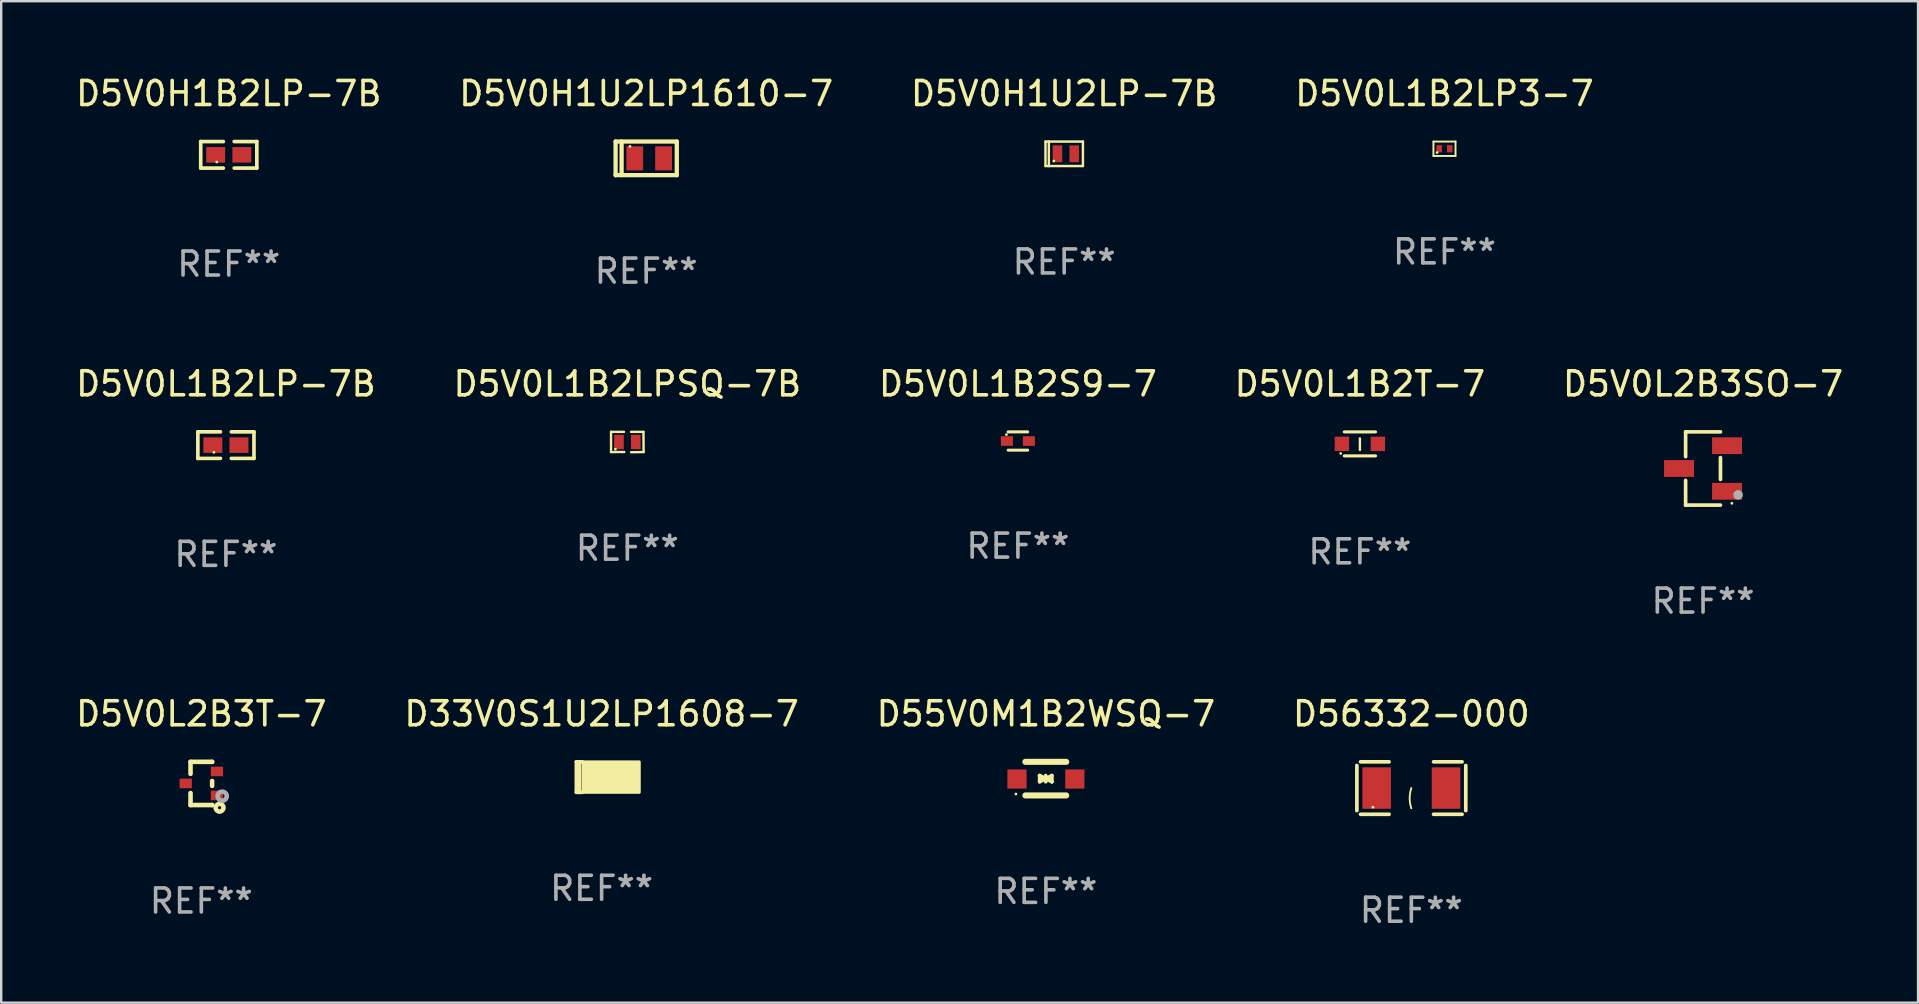
<source format=kicad_pcb>
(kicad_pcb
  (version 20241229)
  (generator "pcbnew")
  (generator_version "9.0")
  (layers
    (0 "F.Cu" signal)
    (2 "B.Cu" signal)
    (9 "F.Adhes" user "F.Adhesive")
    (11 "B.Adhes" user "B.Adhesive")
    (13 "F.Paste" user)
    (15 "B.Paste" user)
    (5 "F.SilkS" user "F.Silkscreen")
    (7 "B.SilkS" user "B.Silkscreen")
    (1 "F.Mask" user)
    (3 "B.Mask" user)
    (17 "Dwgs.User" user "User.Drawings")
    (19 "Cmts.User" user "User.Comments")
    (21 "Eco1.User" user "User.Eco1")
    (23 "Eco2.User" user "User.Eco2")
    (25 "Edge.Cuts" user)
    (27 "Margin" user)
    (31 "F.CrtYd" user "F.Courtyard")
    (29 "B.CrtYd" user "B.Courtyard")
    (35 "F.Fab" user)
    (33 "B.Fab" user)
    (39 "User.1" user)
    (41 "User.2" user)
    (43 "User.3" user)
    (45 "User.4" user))
  (footprint "D5V0L2B3SO-7"
    (layer "F.Cu")
    (at 67.911 16.471)
    (property "Reference" "D5V0L2B3SO-7" (at 0 -3.526 0) (layer "F.SilkS") (effects (font (size 1 1) (thickness 0.15))))
    (attr through_hole)
    (fp_line (start -0.726 -1.526) (end -0.726 -0.495) (stroke (width 0.152) (type solid)) (layer "F.SilkS"))
    (fp_line (start -0.726 1.526) (end -0.726 0.495) (stroke (width 0.152) (type solid)) (layer "F.SilkS"))
    (fp_line (start 0.726 -1.526) (end -0.726 -1.526) (stroke (width 0.152) (type solid)) (layer "F.SilkS"))
    (fp_line (start 0.726 -0.455) (end 0.726 0.455) (stroke (width 0.152) (type solid)) (layer "F.SilkS"))
    (fp_line (start 0.726 1.526) (end -0.726 1.526) (stroke (width 0.152) (type solid)) (layer "F.SilkS"))
    (fp_circle (center 1.2 1.45) (end 1.23 1.45) (stroke (width 0.06) (type solid)) (fill no) (layer "F.SilkS"))
    (fp_circle (center 1.46 1.1) (end 1.56 1.1) (stroke (width 0.2) (type solid)) (fill no) (layer "F.Fab"))
    (fp_text user "REF**" (at 0 5.526 0) (layer "F.Fab") (effects (font (size 1 1) (thickness 0.15))))
    (pad "1" smd rect (at 1 0.95) (size 1.25 0.7) (layers "F.Cu" "F.Mask" "F.Paste"))
    (pad "2" smd rect (at 1 -0.95) (size 1.25 0.7) (layers "F.Cu" "F.Mask" "F.Paste"))
    (pad "3" smd rect (at -1 0) (size 1.25 0.7) (layers "F.Cu" "F.Mask" "F.Paste")))
  (footprint "D5V0H1U2LP-7B"
    (layer "F.Cu")
    (at 41.292 3.358)
    (property "Reference" "D5V0H1U2LP-7B" (at 0 -2.51 0) (layer "F.SilkS") (effects (font (size 1 1) (thickness 0.15))))
    (attr through_hole)
    (fp_line (start -0.78 -0.51) (end -0.78 0.51) (stroke (width 0.102) (type solid)) (layer "F.SilkS"))
    (fp_line (start -0.78 -0.51) (end 0.78 -0.51) (stroke (width 0.102) (type solid)) (layer "F.SilkS"))
    (fp_line (start -0.78 0.51) (end 0.78 0.51) (stroke (width 0.102) (type solid)) (layer "F.SilkS"))
    (fp_line (start -0.64 -0.51) (end -0.64 0.51) (stroke (width 0.102) (type solid)) (layer "F.SilkS"))
    (fp_line (start 0.78 -0.51) (end 0.78 0.51) (stroke (width 0.102) (type solid)) (layer "F.SilkS"))
    (fp_circle (center -0.43 0.3) (end -0.4 0.3) (stroke (width 0.06) (type solid)) (fill no) (layer "F.SilkS"))
    (fp_text user "REF**" (at 0 4.51 0) (layer "F.Fab") (effects (font (size 1 1) (thickness 0.15))))
    (pad "1" smd rect (at -0.28 0) (size 0.4 0.7) (layers "F.Cu" "F.Mask" "F.Paste"))
    (pad "2" smd rect (at 0.42 0) (size 0.4 0.7) (layers "F.Cu" "F.Mask" "F.Paste")))
  (footprint "D5V0L1B2LP3-7"
    (layer "F.Cu")
    (at 57.137 3.148)
    (property "Reference" "D5V0L1B2LP3-7" (at 0 -2.3 0) (layer "F.SilkS") (effects (font (size 1 1) (thickness 0.15))))
    (attr through_hole)
    (fp_line (start -0.46 -0.3) (end -0.46 0.3) (stroke (width 0.08) (type solid)) (layer "F.SilkS"))
    (fp_line (start -0.46 -0.3) (end 0.46 -0.3) (stroke (width 0.08) (type solid)) (layer "F.SilkS"))
    (fp_line (start -0.46 0.3) (end 0.46 0.3) (stroke (width 0.08) (type solid)) (layer "F.SilkS"))
    (fp_line (start 0.46 -0.3) (end 0.46 0.3) (stroke (width 0.08) (type solid)) (layer "F.SilkS"))
    (fp_circle (center -0.31 0.16) (end -0.28 0.16) (stroke (width 0.06) (type solid)) (fill no) (layer "F.SilkS"))
    (fp_text user "REF**" (at 0 4.3 0) (layer "F.Fab") (effects (font (size 1 1) (thickness 0.15))))
    (pad "1" smd rect (at -0.22 0 180) (size 0.23 0.3) (layers "F.Cu" "F.Mask" "F.Paste"))
    (pad "2" smd rect (at 0.22 0 180) (size 0.23 0.3) (layers "F.Cu" "F.Mask" "F.Paste")))
  (footprint "D33V0S1U2LP1608-7"
    (layer "F.Cu")
    (at 22.018 29.329)
    (property "Reference" "D33V0S1U2LP1608-7" (at 0 -2.635 0) (layer "F.SilkS") (effects (font (size 1 1) (thickness 0.15))))
    (attr through_hole)
    (fp_line (start -1.054 -0.635) (end -0.927 -0.635) (stroke (width 0.15) (type solid)) (layer "F.SilkS"))
    (fp_line (start -1.054 0.635) (end -1.054 -0.635) (stroke (width 0.15) (type solid)) (layer "F.SilkS"))
    (fp_line (start -0.927 -0.635) (end -0.8 -0.635) (stroke (width 0.15) (type solid)) (layer "F.SilkS"))
    (fp_line (start -0.927 0.635) (end -1.054 0.635) (stroke (width 0.15) (type solid)) (layer "F.SilkS"))
    (fp_line (start -0.927 0.635) (end -0.927 -0.635) (stroke (width 0.15) (type solid)) (layer "F.SilkS"))
    (fp_line (start -0.8 0.635) (end -0.927 0.635) (stroke (width 0.15) (type solid)) (layer "F.SilkS"))
    (fp_circle (center -0.551 0.4) (end -0.521 0.4) (stroke (width 0.06) (type solid)) (fill no) (layer "F.SilkS"))
    (fp_poly (pts (xy -0.78 -0.635) (xy 1.57 -0.635) (xy 1.57 0.635) (xy -0.78 0.635)) (stroke (width 0.12) (type solid)) (fill yes) (layer "F.SilkS"))
    (fp_text user "REF**" (at 0 4.635 0) (layer "F.Fab") (effects (font (size 1 1) (thickness 0.15))))
    (pad "1" smd rect (at -0.113 0 90) (size 0.8 1.01) (layers "F.Cu" "F.Mask" "F.Paste"))
    (pad "2" smd rect (at 1.054 0 90) (size 0.8 0.61) (layers "F.Cu" "F.Mask" "F.Paste")))
  (footprint "D5V0L1B2LPSQ-7B"
    (layer "F.Cu")
    (at 23.089 15.369)
    (property "Reference" "D5V0L1B2LPSQ-7B" (at 0 -2.424 0) (layer "F.SilkS") (effects (font (size 1 1) (thickness 0.15))))
    (attr through_hole)
    (fp_line (start -0.679 -0.424) (end -0.679 0.417) (stroke (width 0.1) (type solid)) (layer "F.SilkS"))
    (fp_line (start -0.679 0.417) (end -0.128 0.414) (stroke (width 0.1) (type solid)) (layer "F.SilkS"))
    (fp_line (start -0.138 -0.424) (end -0.679 -0.424) (stroke (width 0.1) (type solid)) (layer "F.SilkS"))
    (fp_line (start 0.154 0.424) (end 0.679 0.417) (stroke (width 0.1) (type solid)) (layer "F.SilkS"))
    (fp_line (start 0.672 -0.424) (end 0.151 -0.424) (stroke (width 0.1) (type solid)) (layer "F.SilkS"))
    (fp_line (start 0.679 0.417) (end 0.672 -0.424) (stroke (width 0.1) (type solid)) (layer "F.SilkS"))
    (fp_circle (center -0.498 0.298) (end -0.468 0.298) (stroke (width 0.06) (type solid)) (fill no) (layer "F.SilkS"))
    (fp_text user "REF**" (at 0 4.424 0) (layer "F.Fab") (effects (font (size 1 1) (thickness 0.15))))
    (pad "1" smd rect (at -0.348 -0.002) (size 0.4 0.6) (layers "F.Cu" "F.Mask" "F.Paste"))
    (pad "2" smd rect (at 0.352 -0.002) (size 0.4 0.6) (layers "F.Cu" "F.Mask" "F.Paste")))
  (footprint "D5V0L1B2S9-7"
    (layer "F.Cu")
    (at 39.363 15.326)
    (property "Reference" "D5V0L1B2S9-7" (at 0 -2.381 0) (layer "F.SilkS") (effects (font (size 1 1) (thickness 0.15))))
    (attr through_hole)
    (fp_line (start -0.406 -0.381) (end 0.406 -0.381) (stroke (width 0.127) (type solid)) (layer "F.SilkS"))
    (fp_line (start 0.406 0.381) (end -0.406 0.381) (stroke (width 0.127) (type solid)) (layer "F.SilkS"))
    (fp_circle (center -0.477 -0.27) (end -0.447 -0.27) (stroke (width 0.06) (type solid)) (fill no) (layer "F.SilkS"))
    (fp_text user "REF**" (at 0 4.381 0) (layer "F.Fab") (effects (font (size 1 1) (thickness 0.15))))
    (pad "1" smd rect (at -0.457 0 90) (size 0.4 0.5) (layers "F.Cu" "F.Mask" "F.Paste"))
    (pad "2" smd rect (at 0.457 0 90) (size 0.4 0.5) (layers "F.Cu" "F.Mask" "F.Paste")))
  (footprint "D5V0L1B2T-7"
    (layer "F.Cu")
    (at 53.613 15.445)
    (property "Reference" "D5V0L1B2T-7" (at 0 -2.5 0) (layer "F.SilkS") (effects (font (size 1 1) (thickness 0.15))))
    (attr through_hole)
    (fp_line (start -0.65 -0.5) (end 0.65 -0.5) (stroke (width 0.13) (type solid)) (layer "F.SilkS"))
    (fp_line (start -0.65 0.5) (end 0.65 0.5) (stroke (width 0.13) (type solid)) (layer "F.SilkS"))
    (fp_line (start 0 -0.229) (end 0 0.254) (stroke (width 0.1) (type solid)) (layer "F.SilkS"))
    (fp_circle (center -0.8 0.4) (end -0.77 0.4) (stroke (width 0.06) (type solid)) (fill no) (layer "F.SilkS"))
    (fp_text user "REF**" (at 0 4.5 0) (layer "F.Fab") (effects (font (size 1 1) (thickness 0.15))))
    (pad "1" smd rect (at -0.75 0) (size 0.6 0.6) (layers "F.Cu" "F.Mask" "F.Paste"))
    (pad "2" smd rect (at 0.75 0 180) (size 0.6 0.6) (layers "F.Cu" "F.Mask" "F.Paste")))
  (footprint "D5V0H1B2LP-7B"
    (layer "F.Cu")
    (at 6.482 3.401)
    (property "Reference" "D5V0H1B2LP-7B" (at 0 -2.553 0) (layer "F.SilkS") (effects (font (size 1 1) (thickness 0.15))))
    (attr through_hole)
    (fp_line (start -1.169 -0.553) (end -0.226 -0.553) (stroke (width 0.152) (type solid)) (layer "F.SilkS"))
    (fp_line (start -1.169 0.553) (end -1.169 -0.553) (stroke (width 0.152) (type solid)) (layer "F.SilkS"))
    (fp_line (start -0.226 0.553) (end -1.169 0.553) (stroke (width 0.152) (type solid)) (layer "F.SilkS"))
    (fp_line (start 0.226 0.553) (end 1.169 0.553) (stroke (width 0.152) (type solid)) (layer "F.SilkS"))
    (fp_line (start 1.169 -0.553) (end 0.226 -0.553) (stroke (width 0.152) (type solid)) (layer "F.SilkS"))
    (fp_line (start 1.169 0.553) (end 1.169 -0.553) (stroke (width 0.152) (type solid)) (layer "F.SilkS"))
    (fp_circle (center -0.5 0.3) (end -0.47 0.3) (stroke (width 0.06) (type solid)) (fill no) (layer "F.SilkS"))
    (fp_text user "REF**" (at 0 4.553 0) (layer "F.Fab") (effects (font (size 1 1) (thickness 0.15))))
    (pad "1" smd rect (at -0.545 0) (size 0.79 0.648) (layers "F.Cu" "F.Mask" "F.Paste"))
    (pad "2" smd rect (at 0.545 0) (size 0.79 0.648) (layers "F.Cu" "F.Mask" "F.Paste")))
  (footprint "D5V0H1U2LP1610-7"
    (layer "F.Cu")
    (at 23.875 3.548)
    (property "Reference" "D5V0H1U2LP1610-7" (at 0 -2.7 0) (layer "F.SilkS") (effects (font (size 1 1) (thickness 0.15))))
    (attr through_hole)
    (fp_line (start -1.275 -0.7) (end -1.275 0.7) (stroke (width 0.178) (type solid)) (layer "F.SilkS"))
    (fp_line (start -1.275 -0.7) (end 1.275 -0.7) (stroke (width 0.178) (type solid)) (layer "F.SilkS"))
    (fp_line (start -1.275 0.7) (end 1.275 0.7) (stroke (width 0.178) (type solid)) (layer "F.SilkS"))
    (fp_line (start -1.025 -0.7) (end -1.025 0.7) (stroke (width 0.178) (type solid)) (layer "F.SilkS"))
    (fp_line (start 1.275 -0.7) (end 1.275 0.7) (stroke (width 0.178) (type solid)) (layer "F.SilkS"))
    (fp_circle (center -0.675 -0.5) (end -0.645 -0.5) (stroke (width 0.06) (type solid)) (fill no) (layer "F.SilkS"))
    (fp_text user "REF**" (at 0 4.7 0) (layer "F.Fab") (effects (font (size 1 1) (thickness 0.15))))
    (pad "1" smd rect (at -0.475 0 90) (size 1 0.7) (layers "F.Cu" "F.Mask" "F.Paste"))
    (pad "2" smd rect (at 0.725 0 90) (size 1 0.7) (layers "F.Cu" "F.Mask" "F.Paste")))
  (footprint "D55V0M1B2WSQ-7"
    (layer "F.Cu")
    (at 40.53 29.394)
    (property "Reference" "D55V0M1B2WSQ-7" (at 0 -2.7 0) (layer "F.SilkS") (effects (font (size 1 1) (thickness 0.15))))
    (attr through_hole)
    (fp_line (start -0.855 -0.7) (end 0.845 -0.7) (stroke (width 0.254) (type solid)) (layer "F.SilkS"))
    (fp_line (start -0.855 0.7) (end 0.845 0.7) (stroke (width 0.254) (type solid)) (layer "F.SilkS"))
    (fp_line (start -0.26 -0.127) (end -0.26 -0.127) (stroke (width 0.154) (type solid)) (layer "F.SilkS"))
    (fp_line (start -0.26 -0.127) (end -0.008 -0.003) (stroke (width 0.154) (type solid)) (layer "F.SilkS"))
    (fp_line (start -0.26 0.127) (end -0.26 -0.127) (stroke (width 0.154) (type solid)) (layer "F.SilkS"))
    (fp_line (start -0.133 0.000483) (end -0.003 0.000483) (stroke (width 0.154) (type solid)) (layer "F.SilkS"))
    (fp_line (start -0.009 0.000483) (end -0.26 0.127) (stroke (width 0.154) (type solid)) (layer "F.SilkS"))
    (fp_line (start -0.006 -0.127) (end -0.006 0.127) (stroke (width 0.154) (type solid)) (layer "F.SilkS"))
    (fp_line (start -0.003 0.000483) (end 0.248 -0.127) (stroke (width 0.154) (type solid)) (layer "F.SilkS"))
    (fp_line (start 0.121 0.000483) (end -0.009 0.000483) (stroke (width 0.154) (type solid)) (layer "F.SilkS"))
    (fp_line (start 0.248 -0.127) (end 0.248 0.127) (stroke (width 0.154) (type solid)) (layer "F.SilkS"))
    (fp_line (start 0.248 0.127) (end -0.004 0.004) (stroke (width 0.154) (type solid)) (layer "F.SilkS"))
    (fp_line (start 0.248 0.127) (end 0.248 0.127) (stroke (width 0.154) (type solid)) (layer "F.SilkS"))
    (fp_circle (center -1.25 0.64) (end -1.22 0.64) (stroke (width 0.06) (type solid)) (fill no) (layer "F.SilkS"))
    (fp_text user "REF**" (at 0 4.7 0) (layer "F.Fab") (effects (font (size 1 1) (thickness 0.15))))
    (pad "1" smd rect (at -1.205 0.015) (size 0.8 0.8) (layers "F.Cu" "F.Mask" "F.Paste"))
    (pad "2" smd rect (at 1.205 0.015) (size 0.8 0.8) (layers "F.Cu" "F.Mask" "F.Paste")))
  (footprint "D5V0L1B2LP-7B"
    (layer "F.Cu")
    (at 6.363 15.497)
    (property "Reference" "D5V0L1B2LP-7B" (at 0 -2.553 0) (layer "F.SilkS") (effects (font (size 1 1) (thickness 0.15))))
    (attr through_hole)
    (fp_line (start -1.169 -0.553) (end -0.226 -0.553) (stroke (width 0.152) (type solid)) (layer "F.SilkS"))
    (fp_line (start -1.169 0.553) (end -1.169 -0.553) (stroke (width 0.152) (type solid)) (layer "F.SilkS"))
    (fp_line (start -0.226 0.553) (end -1.169 0.553) (stroke (width 0.152) (type solid)) (layer "F.SilkS"))
    (fp_line (start 0.226 0.553) (end 1.169 0.553) (stroke (width 0.152) (type solid)) (layer "F.SilkS"))
    (fp_line (start 1.169 -0.553) (end 0.226 -0.553) (stroke (width 0.152) (type solid)) (layer "F.SilkS"))
    (fp_line (start 1.169 0.553) (end 1.169 -0.553) (stroke (width 0.152) (type solid)) (layer "F.SilkS"))
    (fp_circle (center -0.5 0.3) (end -0.47 0.3) (stroke (width 0.06) (type solid)) (fill no) (layer "F.SilkS"))
    (fp_text user "REF**" (at 0 4.553 0) (layer "F.Fab") (effects (font (size 1 1) (thickness 0.15))))
    (pad "1" smd rect (at -0.545 0) (size 0.79 0.648) (layers "F.Cu" "F.Mask" "F.Paste"))
    (pad "2" smd rect (at 0.545 0) (size 0.79 0.648) (layers "F.Cu" "F.Mask" "F.Paste")))
  (footprint "D5V0L2B3T-7"
    (layer "F.Cu")
    (at 5.339 29.594)
    (property "Reference" "D5V0L2B3T-7" (at 0 -2.9 0) (layer "F.SilkS") (effects (font (size 1 1) (thickness 0.15))))
    (attr through_hole)
    (fp_line (start -0.45 -0.9) (end 0.45 -0.9) (stroke (width 0.19) (type solid)) (layer "F.SilkS"))
    (fp_line (start -0.45 -0.399) (end -0.45 -0.9) (stroke (width 0.19) (type solid)) (layer "F.SilkS"))
    (fp_line (start -0.45 0.9) (end -0.45 0.399) (stroke (width 0.19) (type solid)) (layer "F.SilkS"))
    (fp_line (start -0.45 0.9) (end 0.45 0.9) (stroke (width 0.19) (type solid)) (layer "F.SilkS"))
    (fp_line (start 0.45 -0.899) (end 0.45 -0.9) (stroke (width 0.19) (type solid)) (layer "F.SilkS"))
    (fp_line (start 0.45 0.101) (end 0.45 -0.101) (stroke (width 0.19) (type solid)) (layer "F.SilkS"))
    (fp_line (start 0.45 0.9) (end 0.45 0.899) (stroke (width 0.19) (type solid)) (layer "F.SilkS"))
    (fp_circle (center 0.76 1.01) (end 0.827 1.01) (stroke (width 0.19) (type solid)) (fill no) (layer "F.SilkS"))
    (fp_circle (center 0.8 0.8) (end 0.81 0.8) (stroke (width 0.02) (type solid)) (fill no) (layer "F.SilkS"))
    (fp_circle (center 0.87 0.53) (end 0.964 0.53) (stroke (width 0.19) (type solid)) (fill no) (layer "F.Fab"))
    (fp_text user "REF**" (at 0 4.9 0) (layer "F.Fab") (effects (font (size 1 1) (thickness 0.15))))
    (pad "1" smd rect (at 0.65 0.5 90) (size 0.4 0.51) (layers "F.Cu" "F.Mask" "F.Paste"))
    (pad "2" smd rect (at 0.65 -0.5 90) (size 0.4 0.51) (layers "F.Cu" "F.Mask" "F.Paste"))
    (pad "3" smd rect (at -0.65 0.000127 90) (size 0.4 0.51) (layers "F.Cu" "F.Mask" "F.Paste")))
  (footprint "D56332-000"
    (layer "F.Cu")
    (at 55.756 29.786)
    (property "Reference" "D56332-000" (at 0 -3.093 0) (layer "F.SilkS") (effects (font (size 1 1) (thickness 0.15))))
    (attr through_hole)
    (fp_line (start -2.269 -0.94) (end -2.269 0.94) (stroke (width 0.152) (type solid)) (layer "F.SilkS"))
    (fp_line (start -2.116 1.093) (end -0.926 1.093) (stroke (width 0.152) (type solid)) (layer "F.SilkS"))
    (fp_line (start -0.926 -1.093) (end -2.116 -1.093) (stroke (width 0.152) (type solid)) (layer "F.SilkS"))
    (fp_line (start 0.926 -1.093) (end 2.116 -1.093) (stroke (width 0.152) (type solid)) (layer "F.SilkS"))
    (fp_line (start 2.116 1.093) (end 0.926 1.093) (stroke (width 0.152) (type solid)) (layer "F.SilkS"))
    (fp_line (start 2.269 -0.94) (end 2.269 0.94) (stroke (width 0.152) (type solid)) (layer "F.SilkS"))
    (fp_arc (start 0 0.844951) (mid -0.068559 0.422475) (end 0 0) (stroke (width 0.0762) (type solid)) (layer "F.SilkS"))
    (fp_circle (center -1.6 0.8) (end -1.57 0.8) (stroke (width 0.06) (type solid)) (fill no) (layer "F.SilkS"))
    (fp_text user "REF**" (at 0 5.093 0) (layer "F.Fab") (effects (font (size 1 1) (thickness 0.15))))
    (pad "1" smd rect (at -1.445 0) (size 1.19 1.728) (layers "F.Cu" "F.Mask" "F.Paste"))
    (pad "2" smd rect (at 1.445 0) (size 1.19 1.728) (layers "F.Cu" "F.Mask" "F.Paste")))
  (gr_rect
    (start -3 -3)
    (end 76.869 38.727)
    (stroke (width 0.1) (type default))
    (fill no)
    (layer "Edge.Cuts")))
</source>
